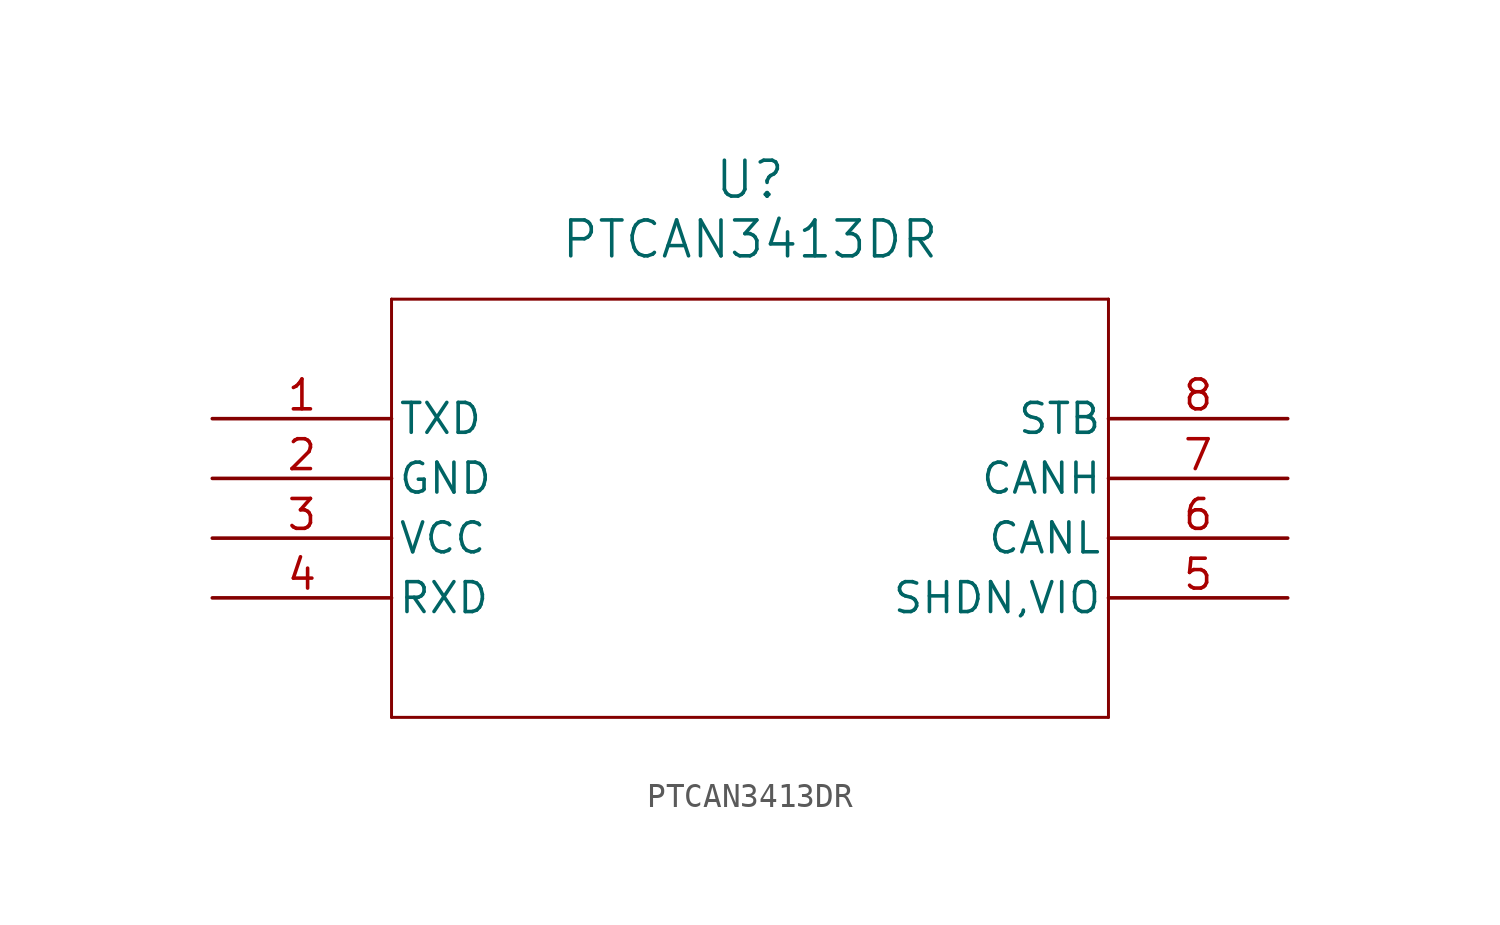
<source format=kicad_sym>
(kicad_symbol_lib
  (version 20211014)
  (generator kicad_symbol_editor)
  (symbol "PTCAN3413DR"
    (pin_names
      (offset 0.254))
    (property "Reference" "U"
      (at 22.86 10.16 0)
      (effects (font (size 1.524 1.524))))
    (property "Value" "PTCAN3413DR"
      (at 22.86 7.62 0)
      (effects (font (size 1.524 1.524))))
    (symbol "PTCAN3413DR_0_1"
      (polyline (pts (xy 7.62 5.08) (xy 7.62 -12.7)) (stroke (width 0.127) (type default) (color 0 0 0 0)) (fill (type none)))
      (polyline (pts (xy 7.62 -12.7) (xy 38.1 -12.7)) (stroke (width 0.127) (type default) (color 0 0 0 0)) (fill (type none)))
      (polyline (pts (xy 38.1 -12.7) (xy 38.1 5.08)) (stroke (width 0.127) (type default) (color 0 0 0 0)) (fill (type none)))
      (polyline (pts (xy 38.1 5.08) (xy 7.62 5.08)) (stroke (width 0.127) (type default) (color 0 0 0 0)) (fill (type none)))
      (pin input line (at 0 0 0) (length 7.62) (name "TXD" (effects (font (size 1.27 1.27)))) (number "1" (effects (font (size 1.27 1.27)))))
      (pin power_out line (at 0 -2.54 0) (length 7.62) (name "GND" (effects (font (size 1.27 1.27)))) (number "2" (effects (font (size 1.27 1.27)))))
      (pin power_in line (at 0 -5.08 0) (length 7.62) (name "VCC" (effects (font (size 1.27 1.27)))) (number "3" (effects (font (size 1.27 1.27)))))
      (pin output line (at 0 -7.62 0) (length 7.62) (name "RXD" (effects (font (size 1.27 1.27)))) (number "4" (effects (font (size 1.27 1.27)))))
      (pin unspecified line (at 45.72 -7.62 180) (length 7.62) (name "SHDN,VIO" (effects (font (size 1.27 1.27)))) (number "5" (effects (font (size 1.27 1.27)))))
      (pin bidirectional line (at 45.72 -5.08 180) (length 7.62) (name "CANL" (effects (font (size 1.27 1.27)))) (number "6" (effects (font (size 1.27 1.27)))))
      (pin bidirectional line (at 45.72 -2.54 180) (length 7.62) (name "CANH" (effects (font (size 1.27 1.27)))) (number "7" (effects (font (size 1.27 1.27)))))
      (pin input line (at 45.72 0 180) (length 7.62) (name "STB" (effects (font (size 1.27 1.27)))) (number "8" (effects (font (size 1.27 1.27))))))))
</source>
